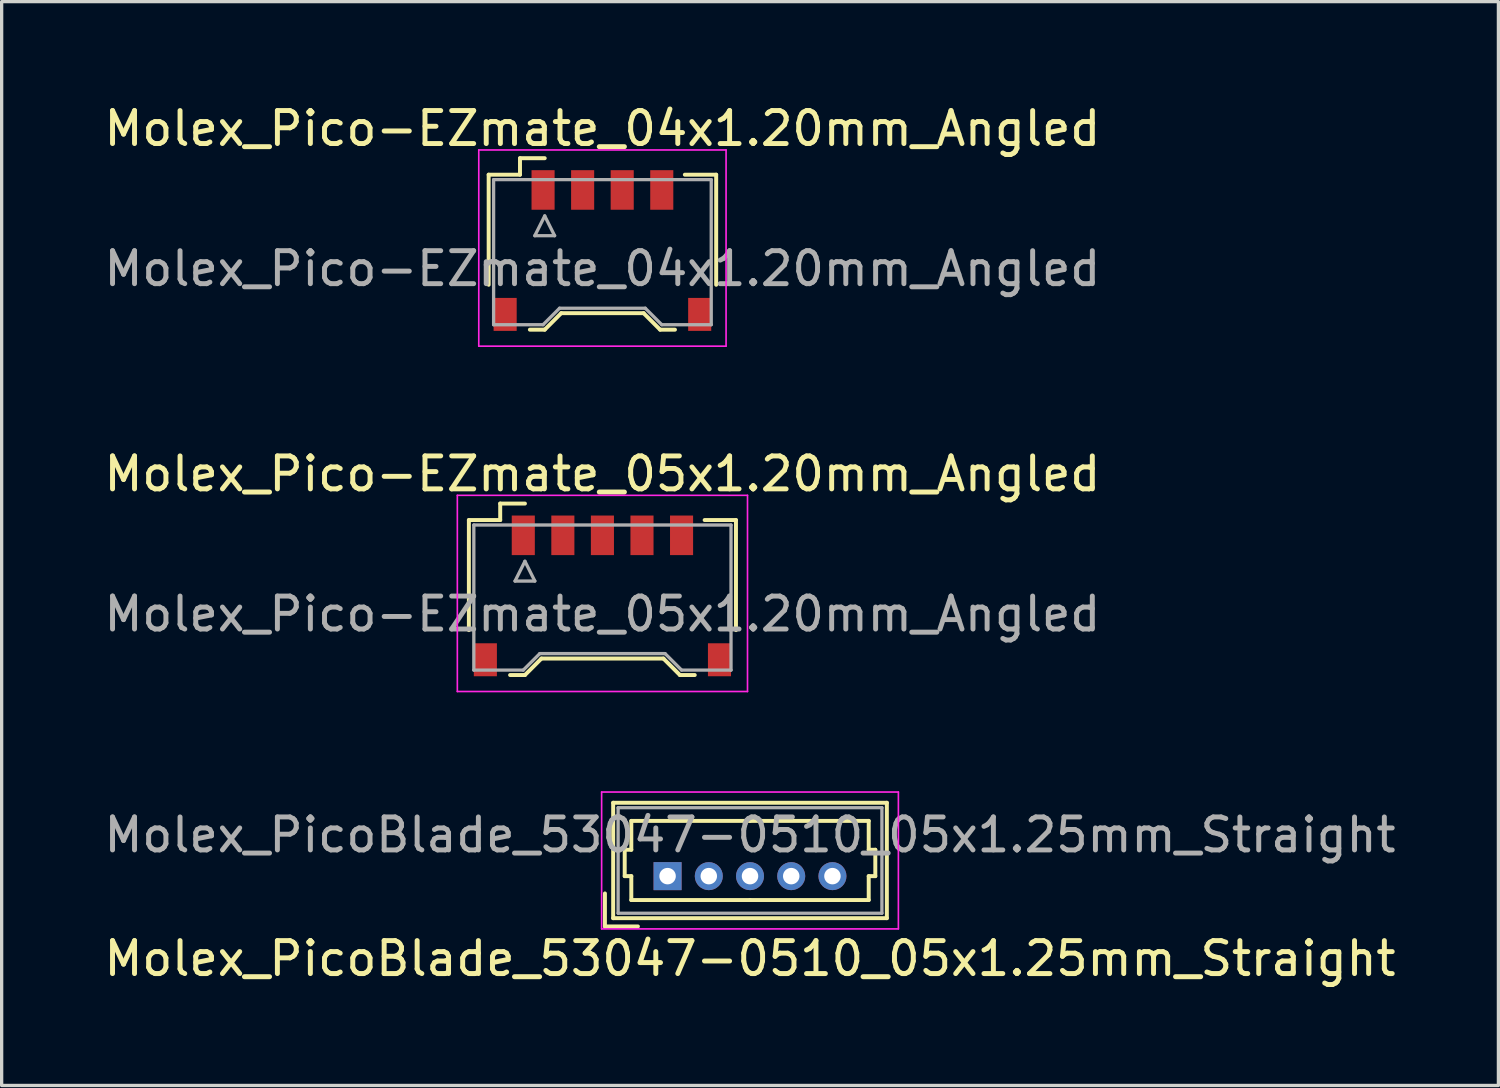
<source format=kicad_pcb>
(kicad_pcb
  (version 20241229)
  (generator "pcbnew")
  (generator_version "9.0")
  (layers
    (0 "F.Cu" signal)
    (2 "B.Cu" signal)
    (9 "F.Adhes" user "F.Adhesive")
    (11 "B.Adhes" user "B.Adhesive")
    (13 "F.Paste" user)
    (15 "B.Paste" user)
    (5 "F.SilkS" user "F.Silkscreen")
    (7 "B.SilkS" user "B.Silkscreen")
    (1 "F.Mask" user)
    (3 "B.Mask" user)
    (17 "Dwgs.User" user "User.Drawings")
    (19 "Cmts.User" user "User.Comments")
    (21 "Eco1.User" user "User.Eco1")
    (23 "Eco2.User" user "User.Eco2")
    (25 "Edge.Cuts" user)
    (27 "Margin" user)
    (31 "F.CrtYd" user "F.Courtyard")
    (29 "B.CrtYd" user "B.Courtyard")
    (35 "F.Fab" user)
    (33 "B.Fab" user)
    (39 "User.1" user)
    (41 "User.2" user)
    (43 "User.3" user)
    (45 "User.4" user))
  (footprint "Molex_Pico-EZmate_05x1.20mm_Angled"
    (layer "F.Cu")
    (at 15.22 15.072)
    (property "Reference" "Molex_Pico-EZmate_05x1.20mm_Angled" (at 0 -3.75 0) (layer "F.SilkS") (effects (font (size 1 1) (thickness 0.15))))
    (attr smd)
    (fp_line (start -4.05 -2.35) (end -4.05 0.988) (stroke (width 0.12) (type solid)) (layer "F.SilkS"))
    (fp_line (start -3.1 -2.85) (end -2.35 -2.85) (stroke (width 0.12) (type solid)) (layer "F.SilkS"))
    (fp_line (start -3.1 -2.35) (end -4.05 -2.35) (stroke (width 0.12) (type solid)) (layer "F.SilkS"))
    (fp_line (start -3.1 -2.35) (end -3.1 -2.85) (stroke (width 0.12) (type solid)) (layer "F.SilkS"))
    (fp_line (start -2.8 2.35) (end -2.35 2.35) (stroke (width 0.12) (type solid)) (layer "F.SilkS"))
    (fp_line (start -2.35 2.35) (end -1.85 1.85) (stroke (width 0.12) (type solid)) (layer "F.SilkS"))
    (fp_line (start -1.85 1.85) (end 1.85 1.85) (stroke (width 0.12) (type solid)) (layer "F.SilkS"))
    (fp_line (start 1.85 1.85) (end 2.35 2.35) (stroke (width 0.12) (type solid)) (layer "F.SilkS"))
    (fp_line (start 2.35 2.35) (end 2.8 2.35) (stroke (width 0.12) (type solid)) (layer "F.SilkS"))
    (fp_line (start 3.1 -2.35) (end 4.05 -2.35) (stroke (width 0.12) (type solid)) (layer "F.SilkS"))
    (fp_line (start 4.05 -2.35) (end 4.05 0.988) (stroke (width 0.12) (type solid)) (layer "F.SilkS"))
    (fp_line (start -4.4 -3.1) (end -4.4 2.85) (stroke (width 0.05) (type solid)) (layer "F.CrtYd"))
    (fp_line (start -4.4 2.85) (end 4.4 2.85) (stroke (width 0.05) (type solid)) (layer "F.CrtYd"))
    (fp_line (start 4.4 -3.1) (end -4.4 -3.1) (stroke (width 0.05) (type solid)) (layer "F.CrtYd"))
    (fp_line (start 4.4 2.85) (end 4.4 -3.1) (stroke (width 0.05) (type solid)) (layer "F.CrtYd"))
    (fp_line (start -3.9 -2.2) (end -3.9 2.2) (stroke (width 0.1) (type solid)) (layer "F.Fab"))
    (fp_line (start -3.9 2.2) (end -2.4 2.2) (stroke (width 0.1) (type solid)) (layer "F.Fab"))
    (fp_line (start -2.65 -0.5) (end -2.05 -0.5) (stroke (width 0.1) (type solid)) (layer "F.Fab"))
    (fp_line (start -2.4 2.2) (end -1.9 1.7) (stroke (width 0.1) (type solid)) (layer "F.Fab"))
    (fp_line (start -2.35 -1.1) (end -2.65 -0.5) (stroke (width 0.1) (type solid)) (layer "F.Fab"))
    (fp_line (start -2.05 -0.5) (end -2.35 -1.1) (stroke (width 0.1) (type solid)) (layer "F.Fab"))
    (fp_line (start -1.9 1.7) (end 1.9 1.7) (stroke (width 0.1) (type solid)) (layer "F.Fab"))
    (fp_line (start 1.9 1.7) (end 2.4 2.2) (stroke (width 0.1) (type solid)) (layer "F.Fab"))
    (fp_line (start 2.4 2.2) (end 3.9 2.2) (stroke (width 0.1) (type solid)) (layer "F.Fab"))
    (fp_line (start 3.9 -2.2) (end -3.9 -2.2) (stroke (width 0.1) (type solid)) (layer "F.Fab"))
    (fp_line (start 3.9 2.2) (end 3.9 -2.2) (stroke (width 0.1) (type solid)) (layer "F.Fab"))
    (fp_text user "${REFERENCE}" (at 0 0.5 0) (layer "F.Fab") (effects (font (size 1 1) (thickness 0.15))))
    (pad "" smd rect (at -3.55 1.887) (size 0.7 1) (layers "F.Cu" "F.Mask" "F.Paste"))
    (pad "" smd rect (at 3.55 1.887) (size 0.7 1) (layers "F.Cu" "F.Mask" "F.Paste"))
    (pad "1" smd rect (at -2.4 -1.887) (size 0.7 1.2) (layers "F.Cu" "F.Mask" "F.Paste"))
    (pad "2" smd rect (at -1.2 -1.887) (size 0.7 1.2) (layers "F.Cu" "F.Mask" "F.Paste"))
    (pad "3" smd rect (at 0 -1.887) (size 0.7 1.2) (layers "F.Cu" "F.Mask" "F.Paste"))
    (pad "4" smd rect (at 1.2 -1.887) (size 0.7 1.2) (layers "F.Cu" "F.Mask" "F.Paste"))
    (pad "5" smd rect (at 2.4 -1.887) (size 0.7 1.2) (layers "F.Cu" "F.Mask" "F.Paste")))
  (footprint "Molex_Pico-EZmate_04x1.20mm_Angled"
    (layer "F.Cu")
    (at 15.22 4.598)
    (property "Reference" "Molex_Pico-EZmate_04x1.20mm_Angled" (at 0 -3.75 0) (layer "F.SilkS") (effects (font (size 1 1) (thickness 0.15))))
    (attr smd)
    (fp_line (start -3.45 -2.35) (end -3.45 0.988) (stroke (width 0.12) (type solid)) (layer "F.SilkS"))
    (fp_line (start -2.5 -2.85) (end -1.75 -2.85) (stroke (width 0.12) (type solid)) (layer "F.SilkS"))
    (fp_line (start -2.5 -2.35) (end -3.45 -2.35) (stroke (width 0.12) (type solid)) (layer "F.SilkS"))
    (fp_line (start -2.5 -2.35) (end -2.5 -2.85) (stroke (width 0.12) (type solid)) (layer "F.SilkS"))
    (fp_line (start -2.2 2.35) (end -1.75 2.35) (stroke (width 0.12) (type solid)) (layer "F.SilkS"))
    (fp_line (start -1.75 2.35) (end -1.25 1.85) (stroke (width 0.12) (type solid)) (layer "F.SilkS"))
    (fp_line (start -1.25 1.85) (end 1.25 1.85) (stroke (width 0.12) (type solid)) (layer "F.SilkS"))
    (fp_line (start 1.25 1.85) (end 1.75 2.35) (stroke (width 0.12) (type solid)) (layer "F.SilkS"))
    (fp_line (start 1.75 2.35) (end 2.2 2.35) (stroke (width 0.12) (type solid)) (layer "F.SilkS"))
    (fp_line (start 2.5 -2.35) (end 3.45 -2.35) (stroke (width 0.12) (type solid)) (layer "F.SilkS"))
    (fp_line (start 3.45 -2.35) (end 3.45 0.988) (stroke (width 0.12) (type solid)) (layer "F.SilkS"))
    (fp_line (start -3.75 -3.1) (end -3.75 2.85) (stroke (width 0.05) (type solid)) (layer "F.CrtYd"))
    (fp_line (start -3.75 2.85) (end 3.75 2.85) (stroke (width 0.05) (type solid)) (layer "F.CrtYd"))
    (fp_line (start 3.75 -3.1) (end -3.75 -3.1) (stroke (width 0.05) (type solid)) (layer "F.CrtYd"))
    (fp_line (start 3.75 2.85) (end 3.75 -3.1) (stroke (width 0.05) (type solid)) (layer "F.CrtYd"))
    (fp_line (start -3.3 -2.2) (end -3.3 2.2) (stroke (width 0.1) (type solid)) (layer "F.Fab"))
    (fp_line (start -3.3 2.2) (end -1.8 2.2) (stroke (width 0.1) (type solid)) (layer "F.Fab"))
    (fp_line (start -2.05 -0.5) (end -1.45 -0.5) (stroke (width 0.1) (type solid)) (layer "F.Fab"))
    (fp_line (start -1.8 2.2) (end -1.3 1.7) (stroke (width 0.1) (type solid)) (layer "F.Fab"))
    (fp_line (start -1.75 -1.1) (end -2.05 -0.5) (stroke (width 0.1) (type solid)) (layer "F.Fab"))
    (fp_line (start -1.45 -0.5) (end -1.75 -1.1) (stroke (width 0.1) (type solid)) (layer "F.Fab"))
    (fp_line (start -1.3 1.7) (end 1.3 1.7) (stroke (width 0.1) (type solid)) (layer "F.Fab"))
    (fp_line (start 1.3 1.7) (end 1.8 2.2) (stroke (width 0.1) (type solid)) (layer "F.Fab"))
    (fp_line (start 1.8 2.2) (end 3.3 2.2) (stroke (width 0.1) (type solid)) (layer "F.Fab"))
    (fp_line (start 3.3 -2.2) (end -3.3 -2.2) (stroke (width 0.1) (type solid)) (layer "F.Fab"))
    (fp_line (start 3.3 2.2) (end 3.3 -2.2) (stroke (width 0.1) (type solid)) (layer "F.Fab"))
    (fp_text user "${REFERENCE}" (at 0 0.5 0) (layer "F.Fab") (effects (font (size 1 1) (thickness 0.15))))
    (pad "" smd rect (at -2.95 1.887) (size 0.7 1) (layers "F.Cu" "F.Mask" "F.Paste"))
    (pad "" smd rect (at 2.95 1.887) (size 0.7 1) (layers "F.Cu" "F.Mask" "F.Paste"))
    (pad "1" smd rect (at -1.8 -1.887) (size 0.7 1.2) (layers "F.Cu" "F.Mask" "F.Paste"))
    (pad "2" smd rect (at -0.6 -1.887) (size 0.7 1.2) (layers "F.Cu" "F.Mask" "F.Paste"))
    (pad "3" smd rect (at 0.6 -1.887) (size 0.7 1.2) (layers "F.Cu" "F.Mask" "F.Paste"))
    (pad "4" smd rect (at 1.8 -1.887) (size 0.7 1.2) (layers "F.Cu" "F.Mask" "F.Paste")))
  (footprint "Molex_PicoBlade_53047-0510_05x1.25mm_Straight"
    (layer "F.Cu")
    (at 17.196 23.521)
    (property "Reference" "Molex_PicoBlade_53047-0510_05x1.25mm_Straight" (at 2.5 2.5 0) (layer "F.SilkS") (effects (font (size 1 1) (thickness 0.15))))
    (attr through_hole)
    (fp_line (start -1.9 1.525) (end -1.9 0.525) (stroke (width 0.12) (type solid)) (layer "F.SilkS"))
    (fp_line (start -1.9 1.525) (end -0.9 1.525) (stroke (width 0.12) (type solid)) (layer "F.SilkS"))
    (fp_line (start -1.65 -2.225) (end -1.65 1.275) (stroke (width 0.12) (type solid)) (layer "F.SilkS"))
    (fp_line (start -1.65 1.275) (end 6.65 1.275) (stroke (width 0.12) (type solid)) (layer "F.SilkS"))
    (fp_line (start -1.3 -0.8) (end -1.1 -0.8) (stroke (width 0.12) (type solid)) (layer "F.SilkS"))
    (fp_line (start -1.3 0) (end -1.3 -0.8) (stroke (width 0.12) (type solid)) (layer "F.SilkS"))
    (fp_line (start -1.1 -1.675) (end 2.5 -1.675) (stroke (width 0.12) (type solid)) (layer "F.SilkS"))
    (fp_line (start -1.1 -0.8) (end -1.1 -1.675) (stroke (width 0.12) (type solid)) (layer "F.SilkS"))
    (fp_line (start -1.1 0) (end -1.3 0) (stroke (width 0.12) (type solid)) (layer "F.SilkS"))
    (fp_line (start -1.1 0.725) (end -1.1 0) (stroke (width 0.12) (type solid)) (layer "F.SilkS"))
    (fp_line (start 2.5 0.725) (end -1.1 0.725) (stroke (width 0.12) (type solid)) (layer "F.SilkS"))
    (fp_line (start 2.5 0.725) (end 6.1 0.725) (stroke (width 0.12) (type solid)) (layer "F.SilkS"))
    (fp_line (start 6.1 -1.675) (end 2.5 -1.675) (stroke (width 0.12) (type solid)) (layer "F.SilkS"))
    (fp_line (start 6.1 -0.8) (end 6.1 -1.675) (stroke (width 0.12) (type solid)) (layer "F.SilkS"))
    (fp_line (start 6.1 0) (end 6.3 0) (stroke (width 0.12) (type solid)) (layer "F.SilkS"))
    (fp_line (start 6.1 0.725) (end 6.1 0) (stroke (width 0.12) (type solid)) (layer "F.SilkS"))
    (fp_line (start 6.3 -0.8) (end 6.1 -0.8) (stroke (width 0.12) (type solid)) (layer "F.SilkS"))
    (fp_line (start 6.3 0) (end 6.3 -0.8) (stroke (width 0.12) (type solid)) (layer "F.SilkS"))
    (fp_line (start 6.65 -2.225) (end -1.65 -2.225) (stroke (width 0.12) (type solid)) (layer "F.SilkS"))
    (fp_line (start 6.65 1.275) (end 6.65 -2.225) (stroke (width 0.12) (type solid)) (layer "F.SilkS"))
    (fp_line (start -2 -2.55) (end -2 1.6) (stroke (width 0.05) (type solid)) (layer "F.CrtYd"))
    (fp_line (start -2 1.6) (end 7 1.6) (stroke (width 0.05) (type solid)) (layer "F.CrtYd"))
    (fp_line (start 7 -2.55) (end -2 -2.55) (stroke (width 0.05) (type solid)) (layer "F.CrtYd"))
    (fp_line (start 7 1.6) (end 7 -2.55) (stroke (width 0.05) (type solid)) (layer "F.CrtYd"))
    (fp_line (start -1.5 -2.075) (end -1.5 1.125) (stroke (width 0.1) (type solid)) (layer "F.Fab"))
    (fp_line (start -1.5 1.125) (end 6.5 1.125) (stroke (width 0.1) (type solid)) (layer "F.Fab"))
    (fp_line (start 6.5 -2.075) (end -1.5 -2.075) (stroke (width 0.1) (type solid)) (layer "F.Fab"))
    (fp_line (start 6.5 1.125) (end 6.5 -2.075) (stroke (width 0.1) (type solid)) (layer "F.Fab"))
    (fp_text user "${REFERENCE}" (at 2.5 -1.25 0) (layer "F.Fab") (effects (font (size 1 1) (thickness 0.15))))
    (pad "1" thru_hole rect (at 0 0) (size 0.85 0.85) (drill 0.5) (layers "*.Cu" "*.Mask"))
    (pad "2" thru_hole circle (at 1.25 0) (size 0.85 0.85) (drill 0.5) (layers "*.Cu" "*.Mask"))
    (pad "3" thru_hole circle (at 2.5 0) (size 0.85 0.85) (drill 0.5) (layers "*.Cu" "*.Mask"))
    (pad "4" thru_hole circle (at 3.75 0) (size 0.85 0.85) (drill 0.5) (layers "*.Cu" "*.Mask"))
    (pad "5" thru_hole circle (at 5 0) (size 0.85 0.85) (drill 0.5) (layers "*.Cu" "*.Mask")))
  (gr_rect
    (start -3 -3)
    (end 42.393 29.87)
    (stroke (width 0.1) (type default))
    (fill no)
    (layer "Edge.Cuts")))
</source>
